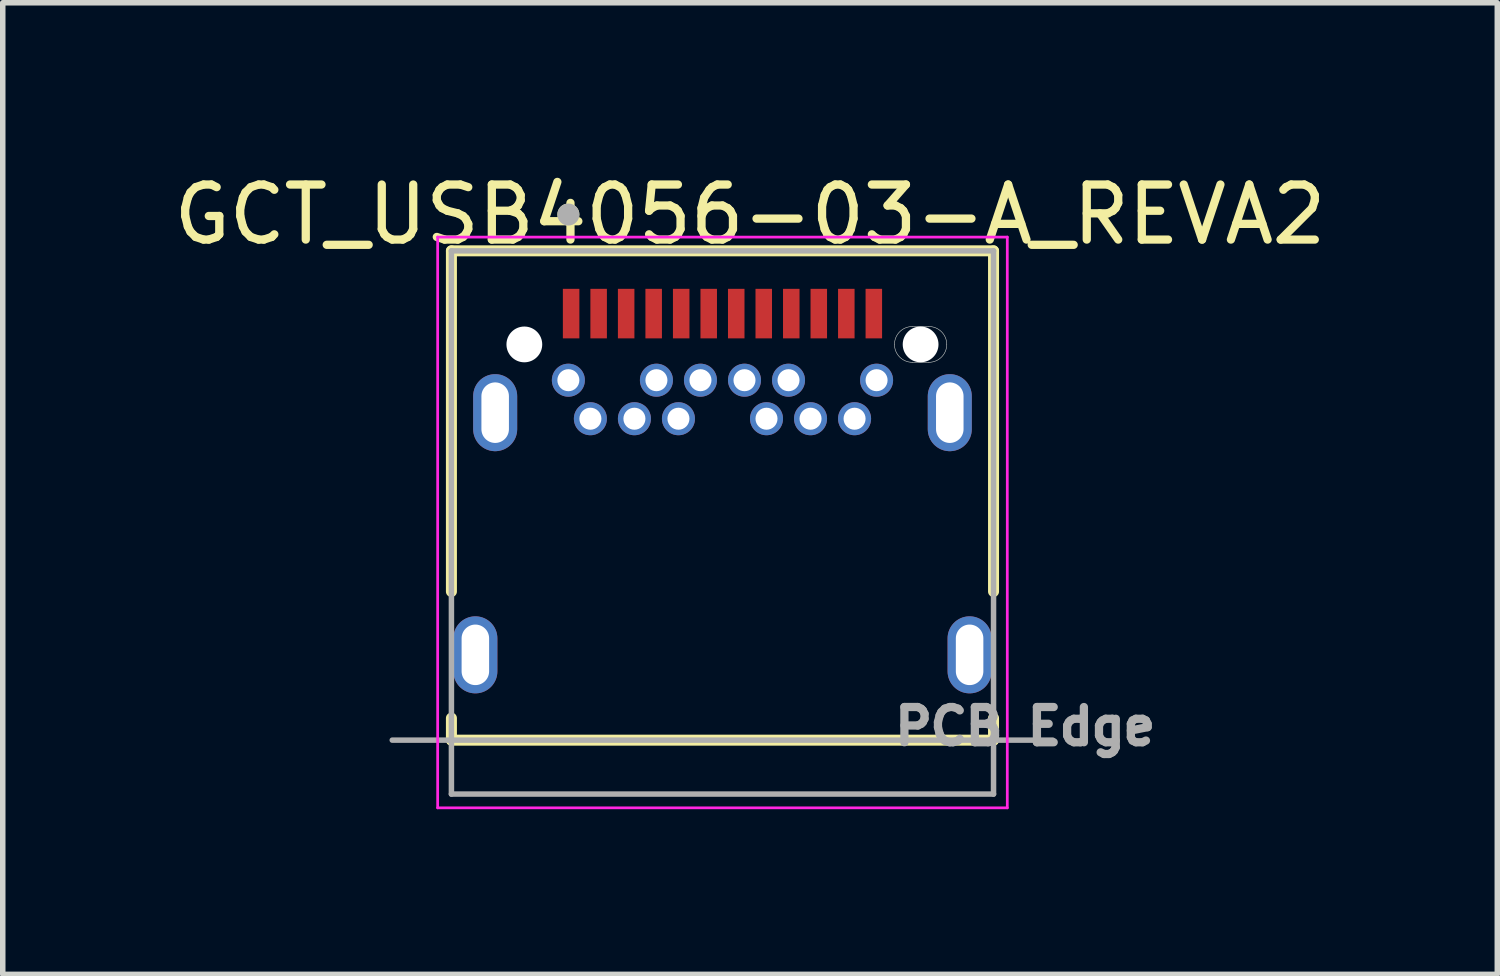
<source format=kicad_pcb>
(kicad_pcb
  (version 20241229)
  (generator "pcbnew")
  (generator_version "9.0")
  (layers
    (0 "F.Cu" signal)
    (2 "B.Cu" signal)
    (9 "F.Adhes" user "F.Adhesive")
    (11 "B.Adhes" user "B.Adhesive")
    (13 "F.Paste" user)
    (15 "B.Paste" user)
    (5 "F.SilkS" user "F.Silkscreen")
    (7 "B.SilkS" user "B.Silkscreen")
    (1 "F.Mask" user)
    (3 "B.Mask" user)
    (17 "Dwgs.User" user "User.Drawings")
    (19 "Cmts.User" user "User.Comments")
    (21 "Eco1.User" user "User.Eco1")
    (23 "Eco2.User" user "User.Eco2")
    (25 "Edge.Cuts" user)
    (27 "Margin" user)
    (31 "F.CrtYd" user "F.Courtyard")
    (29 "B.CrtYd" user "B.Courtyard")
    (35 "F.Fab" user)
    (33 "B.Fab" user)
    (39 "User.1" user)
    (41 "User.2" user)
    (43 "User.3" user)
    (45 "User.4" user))
  (footprint "GCT_USB4056-03-A_REVA2"
    (layer "F.Cu")
    (at 10.077 8.848)
    (property "Reference" "GCT_USB4056-03-A_REVA2" (at 0.5 -8 0) (layer "F.SilkS") (effects (font (size 1 1) (thickness 0.15))))
    (attr smd)
    (fp_poly (pts (xy 3.025 -5.64) (xy 3.026 -5.662) (xy 3.027 -5.684) (xy 3.03 -5.706) (xy 3.034 -5.728) (xy 3.039 -5.75) (xy 3.046 -5.771) (xy 3.053 -5.792) (xy 3.062 -5.813) (xy 3.071 -5.833) (xy 3.082 -5.853) (xy 3.094 -5.871) (xy 3.106 -5.89) (xy 3.12 -5.907) (xy 3.134 -5.924) (xy 3.149 -5.941) (xy 3.166 -5.956) (xy 3.183 -5.97) (xy 3.2 -5.984) (xy 3.219 -5.996) (xy 3.237 -6.008) (xy 3.257 -6.019) (xy 3.277 -6.028) (xy 3.298 -6.037) (xy 3.319 -6.044) (xy 3.34 -6.051) (xy 3.362 -6.056) (xy 3.384 -6.06) (xy 3.406 -6.063) (xy 3.428 -6.064) (xy 3.45 -6.065) (xy 3.75 -6.065) (xy 3.772 -6.064) (xy 3.794 -6.063) (xy 3.816 -6.06) (xy 3.838 -6.056) (xy 3.86 -6.051) (xy 3.881 -6.044) (xy 3.902 -6.037) (xy 3.923 -6.028) (xy 3.943 -6.019) (xy 3.962 -6.008) (xy 3.981 -5.996) (xy 4 -5.984) (xy 4.017 -5.97) (xy 4.034 -5.956) (xy 4.051 -5.941) (xy 4.066 -5.924) (xy 4.08 -5.907) (xy 4.094 -5.89) (xy 4.106 -5.871) (xy 4.118 -5.853) (xy 4.129 -5.833) (xy 4.138 -5.813) (xy 4.147 -5.792) (xy 4.154 -5.771) (xy 4.161 -5.75) (xy 4.166 -5.728) (xy 4.17 -5.706) (xy 4.173 -5.684) (xy 4.174 -5.662) (xy 4.175 -5.64) (xy 4.174 -5.618) (xy 4.173 -5.596) (xy 4.17 -5.574) (xy 4.166 -5.552) (xy 4.161 -5.53) (xy 4.154 -5.509) (xy 4.147 -5.488) (xy 4.138 -5.467) (xy 4.129 -5.447) (xy 4.118 -5.428) (xy 4.106 -5.409) (xy 4.094 -5.39) (xy 4.08 -5.373) (xy 4.066 -5.356) (xy 4.051 -5.339) (xy 4.034 -5.324) (xy 4.017 -5.31) (xy 4 -5.296) (xy 3.981 -5.284) (xy 3.962 -5.272) (xy 3.943 -5.261) (xy 3.923 -5.252) (xy 3.902 -5.243) (xy 3.881 -5.236) (xy 3.86 -5.229) (xy 3.838 -5.224) (xy 3.816 -5.22) (xy 3.794 -5.217) (xy 3.772 -5.216) (xy 3.75 -5.215) (xy 3.45 -5.215) (xy 3.428 -5.216) (xy 3.406 -5.217) (xy 3.384 -5.22) (xy 3.362 -5.224) (xy 3.34 -5.229) (xy 3.319 -5.236) (xy 3.298 -5.243) (xy 3.277 -5.252) (xy 3.257 -5.261) (xy 3.237 -5.272) (xy 3.219 -5.284) (xy 3.2 -5.296) (xy 3.183 -5.31) (xy 3.166 -5.324) (xy 3.149 -5.339) (xy 3.134 -5.356) (xy 3.12 -5.373) (xy 3.106 -5.39) (xy 3.094 -5.409) (xy 3.082 -5.428) (xy 3.071 -5.447) (xy 3.062 -5.467) (xy 3.053 -5.488) (xy 3.046 -5.509) (xy 3.039 -5.53) (xy 3.034 -5.552) (xy 3.03 -5.574) (xy 3.027 -5.596) (xy 3.026 -5.618) (xy 3.025 -5.64)) (stroke (width 0.01) (type solid)) (fill yes) (layer "F.Mask"))
    (fp_poly (pts (xy 3.025 -5.64) (xy 3.026 -5.662) (xy 3.027 -5.684) (xy 3.03 -5.706) (xy 3.034 -5.728) (xy 3.039 -5.75) (xy 3.046 -5.771) (xy 3.053 -5.792) (xy 3.062 -5.813) (xy 3.071 -5.833) (xy 3.082 -5.853) (xy 3.094 -5.871) (xy 3.106 -5.89) (xy 3.12 -5.907) (xy 3.134 -5.924) (xy 3.149 -5.941) (xy 3.166 -5.956) (xy 3.183 -5.97) (xy 3.2 -5.984) (xy 3.219 -5.996) (xy 3.237 -6.008) (xy 3.257 -6.019) (xy 3.277 -6.028) (xy 3.298 -6.037) (xy 3.319 -6.044) (xy 3.34 -6.051) (xy 3.362 -6.056) (xy 3.384 -6.06) (xy 3.406 -6.063) (xy 3.428 -6.064) (xy 3.45 -6.065) (xy 3.75 -6.065) (xy 3.772 -6.064) (xy 3.794 -6.063) (xy 3.816 -6.06) (xy 3.838 -6.056) (xy 3.86 -6.051) (xy 3.881 -6.044) (xy 3.902 -6.037) (xy 3.923 -6.028) (xy 3.943 -6.019) (xy 3.962 -6.008) (xy 3.981 -5.996) (xy 4 -5.984) (xy 4.017 -5.97) (xy 4.034 -5.956) (xy 4.051 -5.941) (xy 4.066 -5.924) (xy 4.08 -5.907) (xy 4.094 -5.89) (xy 4.106 -5.871) (xy 4.118 -5.853) (xy 4.129 -5.833) (xy 4.138 -5.813) (xy 4.147 -5.792) (xy 4.154 -5.771) (xy 4.161 -5.75) (xy 4.166 -5.728) (xy 4.17 -5.706) (xy 4.173 -5.684) (xy 4.174 -5.662) (xy 4.175 -5.64) (xy 4.174 -5.618) (xy 4.173 -5.596) (xy 4.17 -5.574) (xy 4.166 -5.552) (xy 4.161 -5.53) (xy 4.154 -5.509) (xy 4.147 -5.488) (xy 4.138 -5.467) (xy 4.129 -5.447) (xy 4.118 -5.428) (xy 4.106 -5.409) (xy 4.094 -5.39) (xy 4.08 -5.373) (xy 4.066 -5.356) (xy 4.051 -5.339) (xy 4.034 -5.324) (xy 4.017 -5.31) (xy 4 -5.296) (xy 3.981 -5.284) (xy 3.962 -5.272) (xy 3.943 -5.261) (xy 3.923 -5.252) (xy 3.902 -5.243) (xy 3.881 -5.236) (xy 3.86 -5.229) (xy 3.838 -5.224) (xy 3.816 -5.22) (xy 3.794 -5.217) (xy 3.772 -5.216) (xy 3.75 -5.215) (xy 3.45 -5.215) (xy 3.428 -5.216) (xy 3.406 -5.217) (xy 3.384 -5.22) (xy 3.362 -5.224) (xy 3.34 -5.229) (xy 3.319 -5.236) (xy 3.298 -5.243) (xy 3.277 -5.252) (xy 3.257 -5.261) (xy 3.237 -5.272) (xy 3.219 -5.284) (xy 3.2 -5.296) (xy 3.183 -5.31) (xy 3.166 -5.324) (xy 3.149 -5.339) (xy 3.134 -5.356) (xy 3.12 -5.373) (xy 3.106 -5.39) (xy 3.094 -5.409) (xy 3.082 -5.428) (xy 3.071 -5.447) (xy 3.062 -5.467) (xy 3.053 -5.488) (xy 3.046 -5.509) (xy 3.039 -5.53) (xy 3.034 -5.552) (xy 3.03 -5.574) (xy 3.027 -5.596) (xy 3.026 -5.618) (xy 3.025 -5.64)) (stroke (width 0.01) (type solid)) (fill yes) (layer "B.Mask"))
    (fp_line (start -4.925 -7.34) (end -4.925 -1.15) (stroke (width 0.2) (type solid)) (layer "F.SilkS"))
    (fp_line (start -4.925 -7.34) (end 4.925 -7.34) (stroke (width 0.2) (type solid)) (layer "F.SilkS"))
    (fp_line (start -4.925 1.55) (end -4.925 1.15) (stroke (width 0.2) (type solid)) (layer "F.SilkS"))
    (fp_line (start -4.925 1.55) (end 4.925 1.55) (stroke (width 0.2) (type solid)) (layer "F.SilkS"))
    (fp_line (start 4.925 -1.15) (end 4.925 -7.34) (stroke (width 0.2) (type solid)) (layer "F.SilkS"))
    (fp_line (start 4.925 1.55) (end 4.925 1.15) (stroke (width 0.2) (type solid)) (layer "F.SilkS"))
    (fp_circle (center -2.8 -8) (end -2.7 -8) (stroke (width 0.2) (type solid)) (fill no) (layer "F.SilkS"))
    (fp_line (start 3.45 -5.965) (end 3.75 -5.965) (stroke (width 0.01) (type solid)) (layer "Edge.Cuts"))
    (fp_line (start 3.75 -5.315) (end 3.45 -5.315) (stroke (width 0.01) (type solid)) (layer "Edge.Cuts"))
    (fp_arc (start 3.125 -5.64) (mid 3.22019 -5.86981) (end 3.45 -5.965) (stroke (width 0.01) (type solid)) (layer "Edge.Cuts"))
    (fp_arc (start 3.45 -5.315) (mid 3.22019 -5.41019) (end 3.125 -5.64) (stroke (width 0.01) (type solid)) (layer "Edge.Cuts"))
    (fp_arc (start 3.75 -5.965) (mid 3.97981 -5.86981) (end 4.075 -5.64) (stroke (width 0.01) (type solid)) (layer "Edge.Cuts"))
    (fp_arc (start 4.075 -5.64) (mid 3.97981 -5.41019) (end 3.75 -5.315) (stroke (width 0.01) (type solid)) (layer "Edge.Cuts"))
    (fp_line (start -5.175 -7.59) (end 5.175 -7.59) (stroke (width 0.05) (type solid)) (layer "F.CrtYd"))
    (fp_line (start -5.175 2.78) (end -5.175 -7.59) (stroke (width 0.05) (type solid)) (layer "F.CrtYd"))
    (fp_line (start -5.175 2.78) (end 5.175 2.78) (stroke (width 0.05) (type solid)) (layer "F.CrtYd"))
    (fp_line (start 5.175 2.78) (end 5.175 -7.59) (stroke (width 0.05) (type solid)) (layer "F.CrtYd"))
    (fp_line (start -6 1.55) (end 6 1.55) (stroke (width 0.1) (type solid)) (layer "F.Fab"))
    (fp_line (start -4.925 -7.34) (end 4.925 -7.34) (stroke (width 0.1) (type solid)) (layer "F.Fab"))
    (fp_line (start -4.925 2.53) (end -4.925 -7.34) (stroke (width 0.1) (type solid)) (layer "F.Fab"))
    (fp_line (start -4.925 2.53) (end 4.925 2.53) (stroke (width 0.1) (type solid)) (layer "F.Fab"))
    (fp_line (start 4.925 2.53) (end 4.925 -7.34) (stroke (width 0.1) (type solid)) (layer "F.Fab"))
    (fp_circle (center -2.8 -8) (end -2.7 -8) (stroke (width 0.2) (type solid)) (fill no) (layer "F.Fab"))
    (fp_text user "PCB Edge" (at 5.5 1.3 0) (layer "F.Fab") (effects (font (size 0.64 0.64) (thickness 0.15))))
    (pad "" np_thru_hole circle (at -3.6 -5.64) (size 0.65 0.65) (drill 0.65) (layers "*.Cu" "*.Mask"))
    (pad "" np_thru_hole circle (at 3.6 -5.64) (size 0.65 0.65) (drill 0.65) (layers "*.Cu" "*.Mask"))
    (pad "A1" smd rect (at -2.75 -6.2) (size 0.3 0.9) (layers "F.Cu" "F.Mask" "F.Paste"))
    (pad "A2" smd rect (at -2.25 -6.2) (size 0.3 0.9) (layers "F.Cu" "F.Mask" "F.Paste"))
    (pad "A3" smd rect (at -1.75 -6.2) (size 0.3 0.9) (layers "F.Cu" "F.Mask" "F.Paste"))
    (pad "A4" smd rect (at -1.25 -6.2) (size 0.3 0.9) (layers "F.Cu" "F.Mask" "F.Paste"))
    (pad "A5" smd rect (at -0.75 -6.2) (size 0.3 0.9) (layers "F.Cu" "F.Mask" "F.Paste"))
    (pad "A6" smd rect (at -0.25 -6.2) (size 0.3 0.9) (layers "F.Cu" "F.Mask" "F.Paste"))
    (pad "A7" smd rect (at 0.25 -6.2) (size 0.3 0.9) (layers "F.Cu" "F.Mask" "F.Paste"))
    (pad "A8" smd rect (at 0.75 -6.2) (size 0.3 0.9) (layers "F.Cu" "F.Mask" "F.Paste"))
    (pad "A9" smd rect (at 1.25 -6.2) (size 0.3 0.9) (layers "F.Cu" "F.Mask" "F.Paste"))
    (pad "A10" smd rect (at 1.75 -6.2) (size 0.3 0.9) (layers "F.Cu" "F.Mask" "F.Paste"))
    (pad "A11" smd rect (at 2.25 -6.2) (size 0.3 0.9) (layers "F.Cu" "F.Mask" "F.Paste"))
    (pad "A12" smd rect (at 2.75 -6.2) (size 0.3 0.9) (layers "F.Cu" "F.Mask" "F.Paste"))
    (pad "B1" thru_hole circle (at 2.8 -4.99) (size 0.6 0.6) (drill 0.4) (layers "*.Cu" "*.Mask"))
    (pad "B2" thru_hole circle (at 2.4 -4.29) (size 0.6 0.6) (drill 0.4) (layers "*.Cu" "*.Mask"))
    (pad "B3" thru_hole circle (at 1.6 -4.29) (size 0.6 0.6) (drill 0.4) (layers "*.Cu" "*.Mask"))
    (pad "B4" thru_hole circle (at 1.2 -4.99) (size 0.6 0.6) (drill 0.4) (layers "*.Cu" "*.Mask"))
    (pad "B5" thru_hole circle (at 0.8 -4.29) (size 0.6 0.6) (drill 0.4) (layers "*.Cu" "*.Mask"))
    (pad "B6" thru_hole circle (at 0.4 -4.99) (size 0.6 0.6) (drill 0.4) (layers "*.Cu" "*.Mask"))
    (pad "B7" thru_hole circle (at -0.4 -4.99) (size 0.6 0.6) (drill 0.4) (layers "*.Cu" "*.Mask"))
    (pad "B8" thru_hole circle (at -0.8 -4.29) (size 0.6 0.6) (drill 0.4) (layers "*.Cu" "*.Mask"))
    (pad "B9" thru_hole circle (at -1.2 -4.99) (size 0.6 0.6) (drill 0.4) (layers "*.Cu" "*.Mask"))
    (pad "B10" thru_hole circle (at -1.6 -4.29) (size 0.6 0.6) (drill 0.4) (layers "*.Cu" "*.Mask"))
    (pad "B11" thru_hole circle (at -2.4 -4.29) (size 0.6 0.6) (drill 0.4) (layers "*.Cu" "*.Mask"))
    (pad "B12" thru_hole circle (at -2.8 -4.99) (size 0.6 0.6) (drill 0.4) (layers "*.Cu" "*.Mask"))
    (pad "S1" thru_hole oval (at -4.13 -4.4) (size 0.8 1.4) (drill oval 0.5 1.1) (layers "*.Cu" "*.Mask"))
    (pad "S2" thru_hole oval (at 4.13 -4.4) (size 0.8 1.4) (drill oval 0.5 1.1) (layers "*.Cu" "*.Mask"))
    (pad "S3" thru_hole oval (at -4.49 0) (size 0.8 1.4) (drill oval 0.5 1.1) (layers "*.Cu" "*.Mask"))
    (pad "S4" thru_hole oval (at 4.49 0) (size 0.8 1.4) (drill oval 0.5 1.1) (layers "*.Cu" "*.Mask")))
  (gr_rect
    (start -3 -3)
    (end 24.155 14.653)
    (stroke (width 0.1) (type default))
    (fill no)
    (layer "Edge.Cuts")))
</source>
